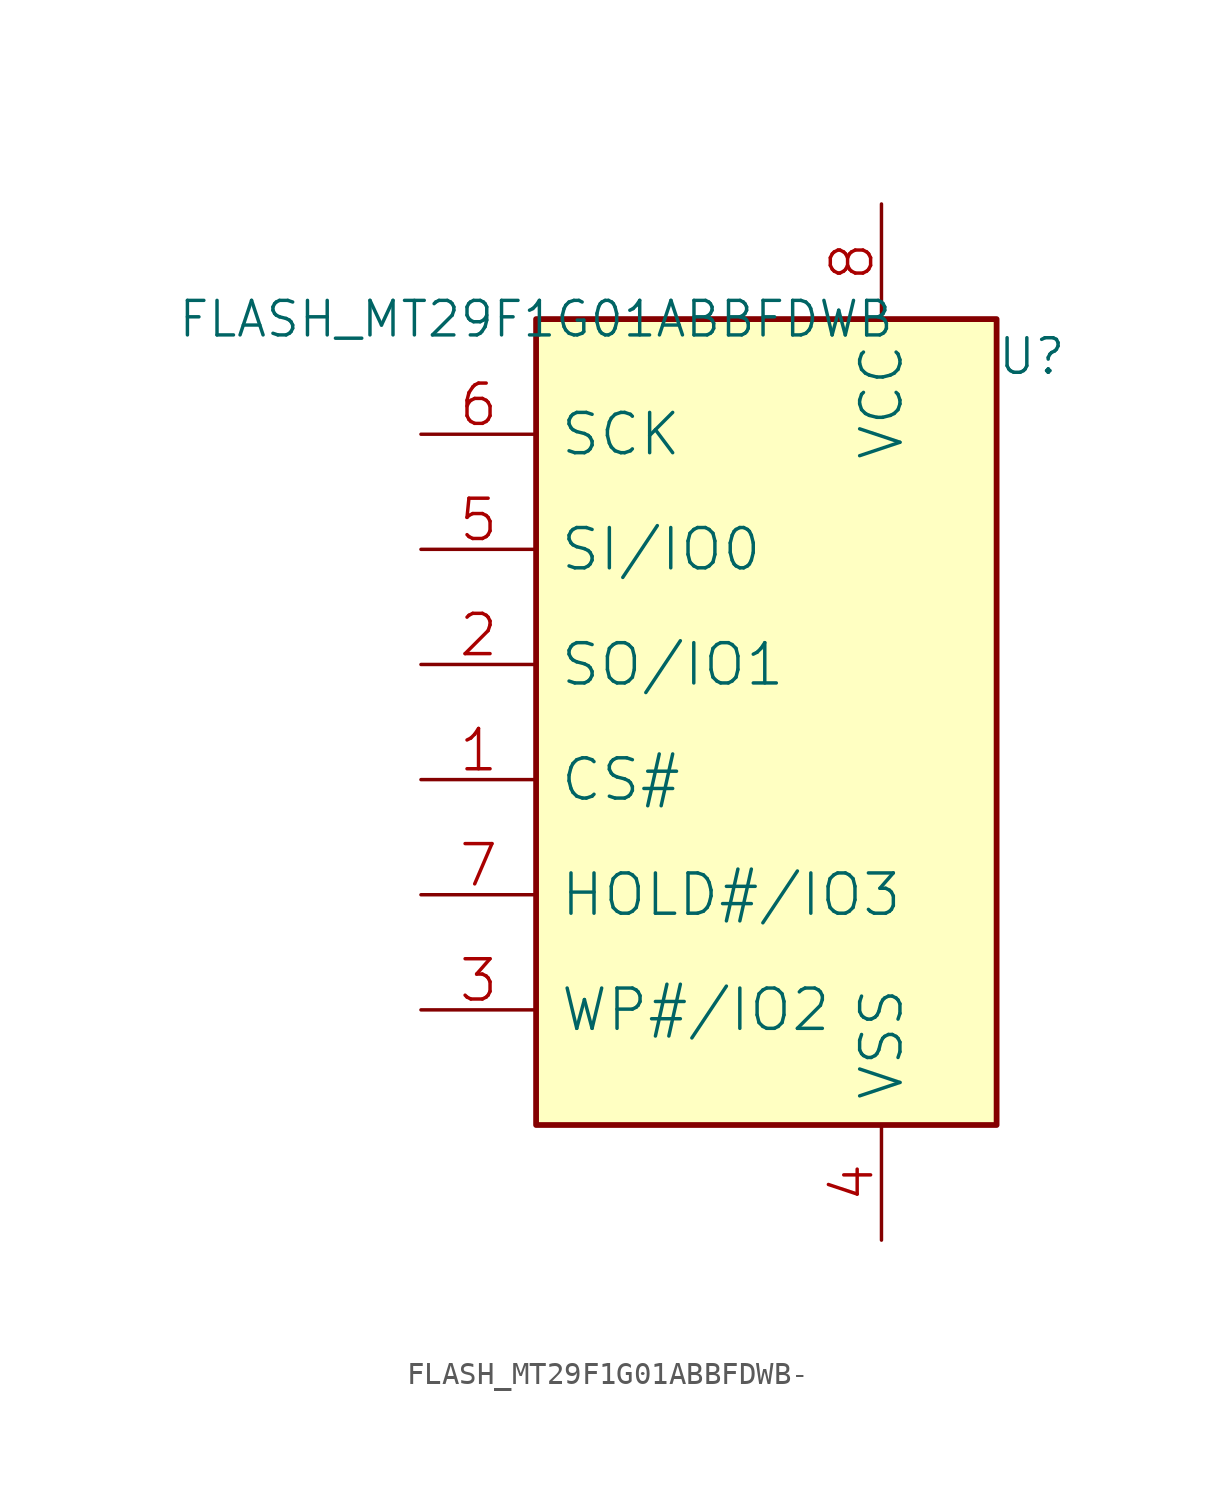
<source format=kicad_sym>
(kicad_symbol_lib
  (version 20220914)
  (generator kicad_symbol_editor)
  (symbol "FLASH_MT29F1G01ABBFDWB-"
    (pin_names
      (offset 1.016))
    (property "Reference" "U"
      (at 20.32 -2.54 0)
      (effects (font (size 1.524 1.524)) (justify left bottom)))
    (property "Value" "FLASH_MT29F1G01ABBFDWB"
      (at 0 0 0)
      (effects (font (size 1.524 1.524))))
    (property "Footprint" ""
      (at 0 0 0)
      (effects (font (size 1.524 1.524))))
    (property "Datasheet" ""
      (at 0 0 0)
      (effects (font (size 1.524 1.524))))
    (symbol "FLASH_MT29F1G01ABBFDWB-_0_1"
      (rectangle (start 0 -35.56) (end 20.32 0) (stroke (width 0.254) (type solid)) (fill (type background)))
      (pin input line (at -5.08 -20.32 0) (length 5.08) (name "CS#" (effects (font (size 1.778 1.778)))) (number "1" (effects (font (size 1.778 1.778)))))
      (pin bidirectional line (at -5.08 -15.24 0) (length 5.08) (name "SO/IO1" (effects (font (size 1.778 1.778)))) (number "2" (effects (font (size 1.778 1.778)))))
      (pin bidirectional line (at -5.08 -30.48 0) (length 5.08) (name "WP#/IO2" (effects (font (size 1.778 1.778)))) (number "3" (effects (font (size 1.778 1.778)))))
      (pin power_in line (at 15.24 -40.64 90) (length 5.08) (name "VSS" (effects (font (size 1.778 1.778)))) (number "4" (effects (font (size 1.778 1.778)))))
      (pin bidirectional line (at -5.08 -10.16 0) (length 5.08) (name "SI/IO0" (effects (font (size 1.778 1.778)))) (number "5" (effects (font (size 1.778 1.778)))))
      (pin input line (at -5.08 -5.08 0) (length 5.08) (name "SCK" (effects (font (size 1.778 1.778)))) (number "6" (effects (font (size 1.778 1.778)))))
      (pin bidirectional line (at -5.08 -25.4 0) (length 5.08) (name "HOLD#/IO3" (effects (font (size 1.778 1.778)))) (number "7" (effects (font (size 1.778 1.778)))))
      (pin power_in line (at 15.24 5.08 270) (length 5.08) (name "VCC" (effects (font (size 1.778 1.778)))) (number "8" (effects (font (size 1.778 1.778))))))))
</source>
